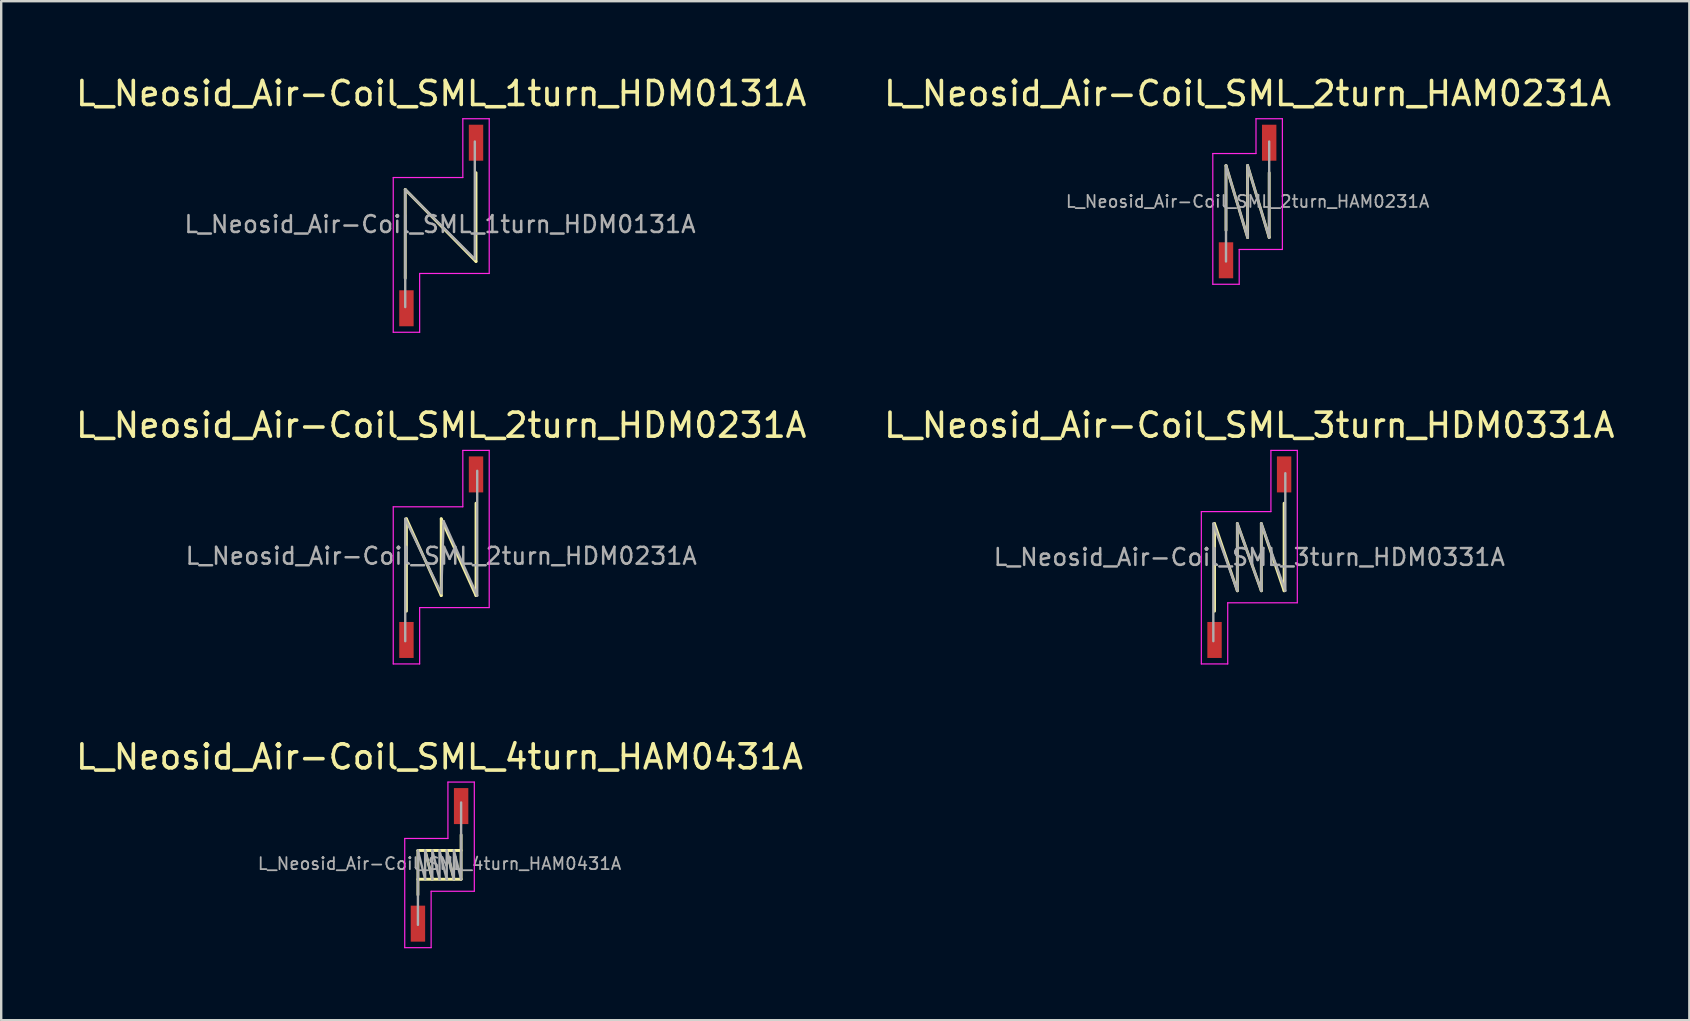
<source format=kicad_pcb>
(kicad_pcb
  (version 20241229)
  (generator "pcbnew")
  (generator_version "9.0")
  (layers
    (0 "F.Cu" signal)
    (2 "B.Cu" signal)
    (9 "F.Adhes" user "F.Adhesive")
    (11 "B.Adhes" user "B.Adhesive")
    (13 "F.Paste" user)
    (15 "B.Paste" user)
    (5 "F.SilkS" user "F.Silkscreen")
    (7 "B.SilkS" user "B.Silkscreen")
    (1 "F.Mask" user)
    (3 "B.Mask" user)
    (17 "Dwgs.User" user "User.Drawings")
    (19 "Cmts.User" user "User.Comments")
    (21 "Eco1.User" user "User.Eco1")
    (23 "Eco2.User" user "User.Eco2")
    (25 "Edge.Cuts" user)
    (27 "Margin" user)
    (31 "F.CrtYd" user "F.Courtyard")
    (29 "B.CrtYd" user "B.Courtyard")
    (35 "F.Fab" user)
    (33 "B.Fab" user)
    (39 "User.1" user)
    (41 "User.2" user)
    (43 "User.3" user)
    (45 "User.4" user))
  (footprint "L_Neosid_Air-Coil_SML_3turn_HDM0331A"
    (layer "F.Cu")
    (at 49.018 20.172)
    (property "Reference" "L_Neosid_Air-Coil_SML_3turn_HDM0331A" (at 0 -5.5 0) (layer "F.SilkS") (effects (font (size 1 1) (thickness 0.15))))
    (attr smd)
    (fp_line (start -1.45 -1.4) (end -1.45 2.25) (stroke (width 0.12) (type solid)) (layer "F.SilkS"))
    (fp_line (start -1.45 -1.4) (end -0.5 1.4) (stroke (width 0.12) (type solid)) (layer "F.SilkS"))
    (fp_line (start -0.5 -1.4) (end -0.5 1.4) (stroke (width 0.12) (type solid)) (layer "F.SilkS"))
    (fp_line (start -0.5 -1.4) (end 0.5 1.4) (stroke (width 0.12) (type solid)) (layer "F.SilkS"))
    (fp_line (start 0.5 -1.4) (end 0.5 1.4) (stroke (width 0.12) (type solid)) (layer "F.SilkS"))
    (fp_line (start 0.5 -1.4) (end 1.45 1.4) (stroke (width 0.12) (type solid)) (layer "F.SilkS"))
    (fp_line (start 1.45 1.4) (end 1.45 -2.25) (stroke (width 0.12) (type solid)) (layer "F.SilkS"))
    (fp_line (start -2 -1.9) (end -2 4.45) (stroke (width 0.05) (type solid)) (layer "F.CrtYd"))
    (fp_line (start -2 4.45) (end -0.9 4.45) (stroke (width 0.05) (type solid)) (layer "F.CrtYd"))
    (fp_line (start -0.9 1.9) (end 2 1.9) (stroke (width 0.05) (type solid)) (layer "F.CrtYd"))
    (fp_line (start -0.9 4.45) (end -0.9 1.9) (stroke (width 0.05) (type solid)) (layer "F.CrtYd"))
    (fp_line (start 0.9 -4.45) (end 0.9 -1.9) (stroke (width 0.05) (type solid)) (layer "F.CrtYd"))
    (fp_line (start 0.9 -1.9) (end -2 -1.9) (stroke (width 0.05) (type solid)) (layer "F.CrtYd"))
    (fp_line (start 2 -4.45) (end 0.9 -4.45) (stroke (width 0.05) (type solid)) (layer "F.CrtYd"))
    (fp_line (start 2 1.9) (end 2 -4.45) (stroke (width 0.05) (type solid)) (layer "F.CrtYd"))
    (fp_line (start -1.5 -1.4) (end -0.5 1.4) (stroke (width 0.1) (type solid)) (layer "F.Fab"))
    (fp_line (start -1.5 3.5) (end -1.5 -1.4) (stroke (width 0.1) (type solid)) (layer "F.Fab"))
    (fp_line (start -0.5 -1.4) (end 0.5 1.4) (stroke (width 0.1) (type solid)) (layer "F.Fab"))
    (fp_line (start -0.5 1.4) (end -0.5 -1.4) (stroke (width 0.1) (type solid)) (layer "F.Fab"))
    (fp_line (start 0.5 -1.4) (end 1.5 1.4) (stroke (width 0.1) (type solid)) (layer "F.Fab"))
    (fp_line (start 0.5 1.4) (end 0.5 -1.4) (stroke (width 0.1) (type solid)) (layer "F.Fab"))
    (fp_line (start 1.5 1.4) (end 1.5 -3.5) (stroke (width 0.1) (type solid)) (layer "F.Fab"))
    (fp_text user "${REFERENCE}" (at 0 0 0) (layer "F.Fab") (effects (font (size 0.7 0.7) (thickness 0.105))))
    (pad "1" smd rect (at -1.45 3.45) (size 0.6 1.5) (layers "F.Cu" "F.Mask" "F.Paste"))
    (pad "2" smd rect (at 1.45 -3.45) (size 0.6 1.5) (layers "F.Cu" "F.Mask" "F.Paste")))
  (footprint "L_Neosid_Air-Coil_SML_2turn_HAM0231A"
    (layer "F.Cu")
    (at 48.946 5.348)
    (property "Reference" "L_Neosid_Air-Coil_SML_2turn_HAM0231A" (at 0 -4.5 0) (layer "F.SilkS") (effects (font (size 1 1) (thickness 0.15))))
    (attr smd)
    (fp_line (start -0.9 -1.5) (end 0 1.5) (stroke (width 0.12) (type solid)) (layer "F.SilkS"))
    (fp_line (start -0.9 1.2) (end -0.9 -1.5) (stroke (width 0.12) (type solid)) (layer "F.SilkS"))
    (fp_line (start 0 -1.5) (end 0.9 1.5) (stroke (width 0.12) (type solid)) (layer "F.SilkS"))
    (fp_line (start 0 1.5) (end 0 -1.5) (stroke (width 0.12) (type solid)) (layer "F.SilkS"))
    (fp_line (start 0.9 -1.2) (end 0.9 1.5) (stroke (width 0.12) (type solid)) (layer "F.SilkS"))
    (fp_line (start -1.45 -2) (end -1.45 3.45) (stroke (width 0.05) (type solid)) (layer "F.CrtYd"))
    (fp_line (start -1.45 3.45) (end -0.35 3.45) (stroke (width 0.05) (type solid)) (layer "F.CrtYd"))
    (fp_line (start -0.35 2) (end 1.45 2) (stroke (width 0.05) (type solid)) (layer "F.CrtYd"))
    (fp_line (start -0.35 3.45) (end -0.35 2) (stroke (width 0.05) (type solid)) (layer "F.CrtYd"))
    (fp_line (start 0.35 -3.45) (end 0.35 -2) (stroke (width 0.05) (type solid)) (layer "F.CrtYd"))
    (fp_line (start 0.35 -2) (end -1.45 -2) (stroke (width 0.05) (type solid)) (layer "F.CrtYd"))
    (fp_line (start 1.45 -3.45) (end 0.35 -3.45) (stroke (width 0.05) (type solid)) (layer "F.CrtYd"))
    (fp_line (start 1.45 2) (end 1.45 -3.45) (stroke (width 0.05) (type solid)) (layer "F.CrtYd"))
    (fp_line (start -0.9 -1.5) (end 0 1.5) (stroke (width 0.1) (type solid)) (layer "F.Fab"))
    (fp_line (start -0.9 2.5) (end -0.9 -1.5) (stroke (width 0.1) (type solid)) (layer "F.Fab"))
    (fp_line (start 0 -1.5) (end 0.9 1.5) (stroke (width 0.1) (type solid)) (layer "F.Fab"))
    (fp_line (start 0 1.5) (end 0 -1.5) (stroke (width 0.1) (type solid)) (layer "F.Fab"))
    (fp_line (start 0.9 1.5) (end 0.9 -2.5) (stroke (width 0.1) (type solid)) (layer "F.Fab"))
    (fp_text user "${REFERENCE}" (at 0 0 0) (layer "F.Fab") (effects (font (size 0.5 0.5) (thickness 0.075))))
    (pad "1" smd rect (at -0.9 2.45) (size 0.6 1.5) (layers "F.Cu" "F.Mask" "F.Paste"))
    (pad "2" smd rect (at 0.9 -2.45) (size 0.6 1.5) (layers "F.Cu" "F.Mask" "F.Paste")))
  (footprint "L_Neosid_Air-Coil_SML_2turn_HDM0231A"
    (layer "F.Cu")
    (at 15.339 20.172)
    (property "Reference" "L_Neosid_Air-Coil_SML_2turn_HDM0231A" (at 0 -5.5 0) (layer "F.SilkS") (effects (font (size 1 1) (thickness 0.15))))
    (attr smd)
    (fp_line (start -1.45 -1.6) (end -1.45 2.25) (stroke (width 0.12) (type solid)) (layer "F.SilkS"))
    (fp_line (start -1.45 -1.6) (end 0 1.6) (stroke (width 0.12) (type solid)) (layer "F.SilkS"))
    (fp_line (start 0 -1.6) (end 0 1.6) (stroke (width 0.12) (type solid)) (layer "F.SilkS"))
    (fp_line (start 0 -1.6) (end 1.45 1.6) (stroke (width 0.12) (type solid)) (layer "F.SilkS"))
    (fp_line (start 1.45 1.6) (end 1.45 -2.25) (stroke (width 0.12) (type solid)) (layer "F.SilkS"))
    (fp_line (start -2 -2.1) (end -2 4.45) (stroke (width 0.05) (type solid)) (layer "F.CrtYd"))
    (fp_line (start -2 4.45) (end -0.9 4.45) (stroke (width 0.05) (type solid)) (layer "F.CrtYd"))
    (fp_line (start -0.9 2.1) (end 2 2.1) (stroke (width 0.05) (type solid)) (layer "F.CrtYd"))
    (fp_line (start -0.9 4.45) (end -0.9 2.1) (stroke (width 0.05) (type solid)) (layer "F.CrtYd"))
    (fp_line (start 0.9 -4.45) (end 0.9 -2.1) (stroke (width 0.05) (type solid)) (layer "F.CrtYd"))
    (fp_line (start 0.9 -2.1) (end -2 -2.1) (stroke (width 0.05) (type solid)) (layer "F.CrtYd"))
    (fp_line (start 2 -4.45) (end 0.9 -4.45) (stroke (width 0.05) (type solid)) (layer "F.CrtYd"))
    (fp_line (start 2 2.1) (end 2 -4.45) (stroke (width 0.05) (type solid)) (layer "F.CrtYd"))
    (fp_line (start -1.5 -1.6) (end 0 1.5) (stroke (width 0.1) (type solid)) (layer "F.Fab"))
    (fp_line (start -1.5 3.5) (end -1.5 -1.6) (stroke (width 0.1) (type solid)) (layer "F.Fab"))
    (fp_line (start 0 1.5) (end 0.1 -1.5) (stroke (width 0.1) (type solid)) (layer "F.Fab"))
    (fp_line (start 0.1 -1.5) (end 1.5 1.6) (stroke (width 0.1) (type solid)) (layer "F.Fab"))
    (fp_line (start 1.5 1.6) (end 1.5 -3.6) (stroke (width 0.1) (type solid)) (layer "F.Fab"))
    (fp_text user "${REFERENCE}" (at 0 -0.05 0) (layer "F.Fab") (effects (font (size 0.7 0.7) (thickness 0.105))))
    (pad "1" smd rect (at -1.45 3.45) (size 0.6 1.5) (layers "F.Cu" "F.Mask" "F.Paste"))
    (pad "2" smd rect (at 1.45 -3.45) (size 0.6 1.5) (layers "F.Cu" "F.Mask" "F.Paste")))
  (footprint "L_Neosid_Air-Coil_SML_4turn_HAM0431A"
    (layer "F.Cu")
    (at 15.268 32.995)
    (property "Reference" "L_Neosid_Air-Coil_SML_4turn_HAM0431A" (at 0 -4.5 0) (layer "F.SilkS") (effects (font (size 1 1) (thickness 0.15))))
    (attr smd)
    (fp_line (start -0.9 -0.6) (end 0.9 -0.6) (stroke (width 0.12) (type solid)) (layer "F.SilkS"))
    (fp_line (start -0.9 1.25) (end -0.9 -0.6) (stroke (width 0.12) (type solid)) (layer "F.SilkS"))
    (fp_line (start -0.6 -0.6) (end -0.3 0.6) (stroke (width 0.12) (type solid)) (layer "F.SilkS"))
    (fp_line (start 0.3 -0.6) (end 0.6 0.6) (stroke (width 0.12) (type solid)) (layer "F.SilkS"))
    (fp_line (start 0.9 0.6) (end -0.9 0.6) (stroke (width 0.12) (type solid)) (layer "F.SilkS"))
    (fp_line (start 0.9 0.6) (end 0.9 -1.25) (stroke (width 0.12) (type solid)) (layer "F.SilkS"))
    (fp_line (start -1.45 -1.1) (end -1.45 3.45) (stroke (width 0.05) (type solid)) (layer "F.CrtYd"))
    (fp_line (start -1.45 3.45) (end -0.35 3.45) (stroke (width 0.05) (type solid)) (layer "F.CrtYd"))
    (fp_line (start -0.35 1.1) (end 1.45 1.1) (stroke (width 0.05) (type solid)) (layer "F.CrtYd"))
    (fp_line (start -0.35 3.45) (end -0.35 1.1) (stroke (width 0.05) (type solid)) (layer "F.CrtYd"))
    (fp_line (start 0.35 -3.45) (end 0.35 -1.1) (stroke (width 0.05) (type solid)) (layer "F.CrtYd"))
    (fp_line (start 0.35 -1.1) (end -1.45 -1.1) (stroke (width 0.05) (type solid)) (layer "F.CrtYd"))
    (fp_line (start 1.45 -3.45) (end 0.35 -3.45) (stroke (width 0.05) (type solid)) (layer "F.CrtYd"))
    (fp_line (start 1.45 1.1) (end 1.45 -3.45) (stroke (width 0.05) (type solid)) (layer "F.CrtYd"))
    (fp_line (start -0.9 -0.6) (end -0.6 0.6) (stroke (width 0.1) (type solid)) (layer "F.Fab"))
    (fp_line (start -0.9 2.5) (end -0.9 -0.6) (stroke (width 0.1) (type solid)) (layer "F.Fab"))
    (fp_line (start -0.6 -0.6) (end -0.3 0.6) (stroke (width 0.1) (type solid)) (layer "F.Fab"))
    (fp_line (start -0.6 0.6) (end -0.6 -0.6) (stroke (width 0.1) (type solid)) (layer "F.Fab"))
    (fp_line (start -0.3 -0.6) (end 0 0.6) (stroke (width 0.1) (type solid)) (layer "F.Fab"))
    (fp_line (start -0.3 0.6) (end -0.3 -0.6) (stroke (width 0.1) (type solid)) (layer "F.Fab"))
    (fp_line (start 0 0.6) (end 0 -0.6) (stroke (width 0.1) (type solid)) (layer "F.Fab"))
    (fp_line (start 0.3 -0.6) (end 0.3 0.6) (stroke (width 0.1) (type solid)) (layer "F.Fab"))
    (fp_line (start 0.3 -0.6) (end 0.6 0.6) (stroke (width 0.1) (type solid)) (layer "F.Fab"))
    (fp_line (start 0.3 0.6) (end 0 -0.6) (stroke (width 0.1) (type solid)) (layer "F.Fab"))
    (fp_line (start 0.6 -0.6) (end 0.9 0.6) (stroke (width 0.1) (type solid)) (layer "F.Fab"))
    (fp_line (start 0.6 0.6) (end 0.6 -0.6) (stroke (width 0.1) (type solid)) (layer "F.Fab"))
    (fp_line (start 0.9 0.6) (end 0.9 -2.6) (stroke (width 0.1) (type solid)) (layer "F.Fab"))
    (fp_text user "${REFERENCE}" (at 0 -0.05 0) (layer "F.Fab") (effects (font (size 0.5 0.5) (thickness 0.075))))
    (pad "1" smd rect (at -0.9 2.45) (size 0.6 1.5) (layers "F.Cu" "F.Mask" "F.Paste"))
    (pad "2" smd rect (at 0.9 -2.45) (size 0.6 1.5) (layers "F.Cu" "F.Mask" "F.Paste")))
  (footprint "L_Neosid_Air-Coil_SML_1turn_HDM0131A"
    (layer "F.Cu")
    (at 15.339 6.348)
    (property "Reference" "L_Neosid_Air-Coil_SML_1turn_HDM0131A" (at 0 -5.5 0) (layer "F.SilkS") (effects (font (size 1 1) (thickness 0.15))))
    (attr smd)
    (fp_line (start -1.5 -1.5) (end -1.5 2.2) (stroke (width 0.12) (type solid)) (layer "F.SilkS"))
    (fp_line (start -1.5 -1.5) (end 1.45 1.5) (stroke (width 0.12) (type solid)) (layer "F.SilkS"))
    (fp_line (start 1.45 1.5) (end 1.45 -2.2) (stroke (width 0.12) (type solid)) (layer "F.SilkS"))
    (fp_line (start -2 -2) (end -2 4.45) (stroke (width 0.05) (type solid)) (layer "F.CrtYd"))
    (fp_line (start -2 4.45) (end -0.9 4.45) (stroke (width 0.05) (type solid)) (layer "F.CrtYd"))
    (fp_line (start -0.9 2) (end 2 2) (stroke (width 0.05) (type solid)) (layer "F.CrtYd"))
    (fp_line (start -0.9 4.45) (end -0.9 2) (stroke (width 0.05) (type solid)) (layer "F.CrtYd"))
    (fp_line (start 0.9 -4.45) (end 0.9 -2) (stroke (width 0.05) (type solid)) (layer "F.CrtYd"))
    (fp_line (start 0.9 -2) (end -2 -2) (stroke (width 0.05) (type solid)) (layer "F.CrtYd"))
    (fp_line (start 2 -4.45) (end 0.9 -4.45) (stroke (width 0.05) (type solid)) (layer "F.CrtYd"))
    (fp_line (start 2 2) (end 2 -4.45) (stroke (width 0.05) (type solid)) (layer "F.CrtYd"))
    (fp_line (start -1.5 -1.5) (end 1.4 1.4) (stroke (width 0.1) (type solid)) (layer "F.Fab"))
    (fp_line (start -1.5 3.4) (end -1.5 -1.5) (stroke (width 0.1) (type solid)) (layer "F.Fab"))
    (fp_line (start 1.4 1.4) (end 1.4 -3.5) (stroke (width 0.1) (type solid)) (layer "F.Fab"))
    (fp_text user "${REFERENCE}" (at -0.05 -0.05 0) (layer "F.Fab") (effects (font (size 0.7 0.7) (thickness 0.105))))
    (pad "1" smd rect (at -1.45 3.45) (size 0.6 1.5) (layers "F.Cu" "F.Mask" "F.Paste"))
    (pad "2" smd rect (at 1.45 -3.45) (size 0.6 1.5) (layers "F.Cu" "F.Mask" "F.Paste")))
  (gr_rect
    (start -3 -3)
    (end 67.357 39.47)
    (stroke (width 0.1) (type default))
    (fill no)
    (layer "Edge.Cuts")))
</source>
